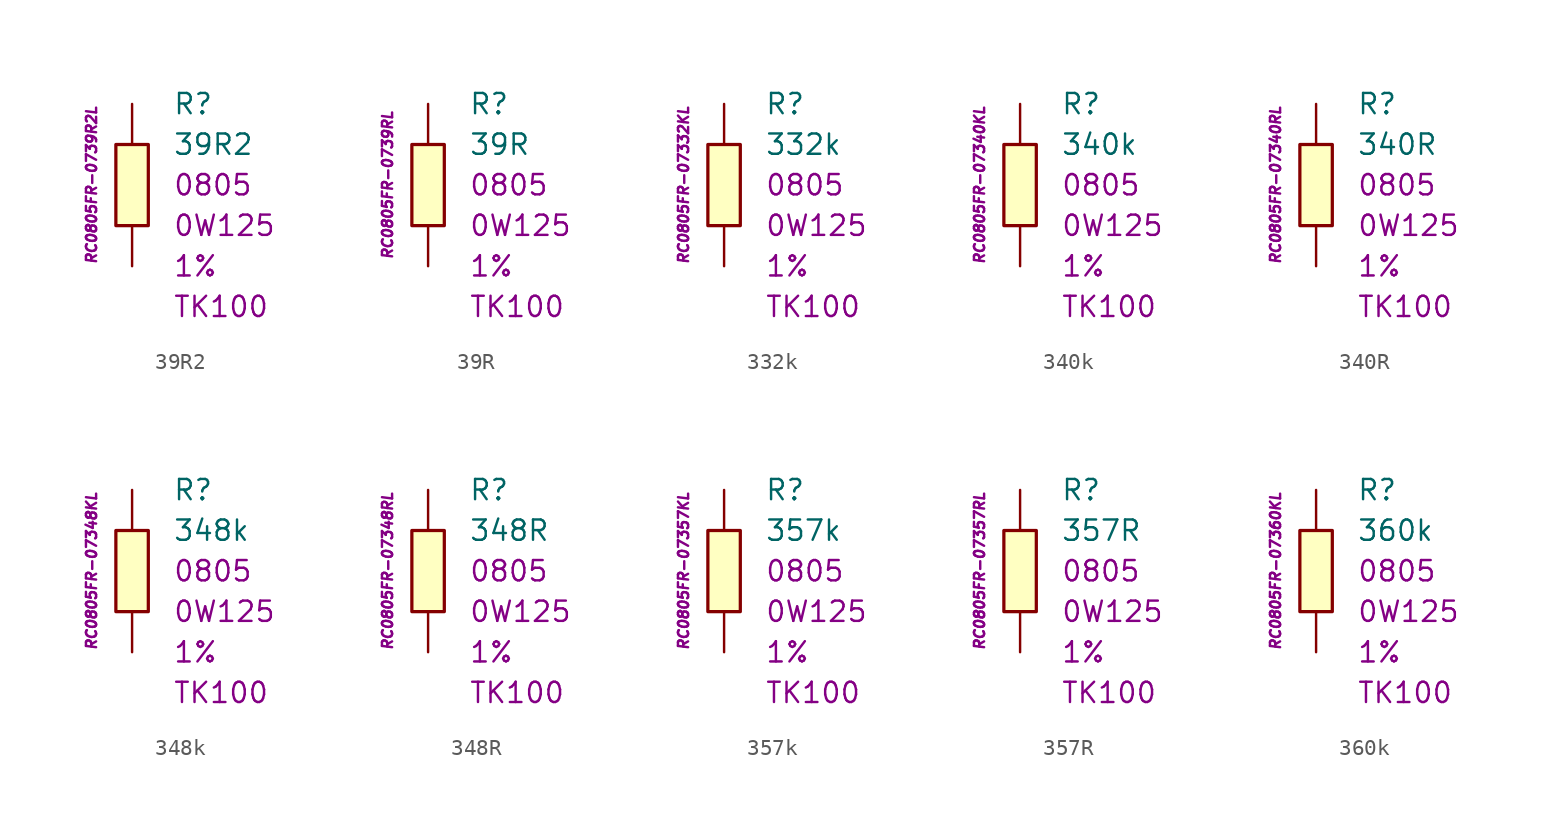
<source format=kicad_sym>
(kicad_symbol_lib
  (version 20201005)
  (generator kicad_symbol_editor)
  (symbol "39R2"
    (pin_numbers hide)
    (pin_names
      (offset 1.016) hide)
    (property "Reference" "R"
      (at 2.54 5.08 0)
      (effects (font (size 1.27 1.27)) (justify left)))
    (property "Value" "39R2"
      (at 2.54 2.54 0)
      (effects (font (size 1.27 1.27)) (justify left)))
    (property "Package" "0805"
      (at 2.54 0 0)
      (effects (font (size 1.27 1.27)) (justify left)))
    (property "Power" "0W125"
      (at 2.54 -2.54 0)
      (effects (font (size 1.27 1.27)) (justify left)))
    (property "Tolerance" "1%"
      (at 2.54 -5.08 0)
      (effects (font (size 1.27 1.27)) (justify left)))
    (property "TK" "TK100"
      (at 2.54 -7.62 0)
      (effects (font (size 1.27 1.27)) (justify left)))
    (property "ID" "RC0805FR-0739R2L"
      (at -2.54 0 90)
      (effects (font (size 0.635 0.635) italic)))
    (symbol "39R2_0_1"
      (rectangle (start -1.016 2.54) (end 1.016 -2.54) (stroke (width 0.203)) (fill (type background))))
    (symbol "39R2_1_1"
      (pin passive line (at 0 5.08 270) (length 2.54) (name "~" (effects (font (size 1.778 1.778)))) (number "1" (effects (font (size 1.778 1.778)))))
      (pin passive line (at 0 -5.08 90) (length 2.54) (name "~" (effects (font (size 1.778 1.778)))) (number "2" (effects (font (size 1.778 1.778)))))))
  (symbol "39R"
    (pin_numbers hide)
    (pin_names
      (offset 1.016) hide)
    (property "Reference" "R"
      (at 2.54 5.08 0)
      (effects (font (size 1.27 1.27)) (justify left)))
    (property "Value" "39R"
      (at 2.54 2.54 0)
      (effects (font (size 1.27 1.27)) (justify left)))
    (property "Package" "0805"
      (at 2.54 0 0)
      (effects (font (size 1.27 1.27)) (justify left)))
    (property "Power" "0W125"
      (at 2.54 -2.54 0)
      (effects (font (size 1.27 1.27)) (justify left)))
    (property "Tolerance" "1%"
      (at 2.54 -5.08 0)
      (effects (font (size 1.27 1.27)) (justify left)))
    (property "TK" "TK100"
      (at 2.54 -7.62 0)
      (effects (font (size 1.27 1.27)) (justify left)))
    (property "ID" "RC0805FR-0739RL"
      (at -2.54 0 90)
      (effects (font (size 0.635 0.635) italic)))
    (symbol "39R_0_1"
      (rectangle (start -1.016 2.54) (end 1.016 -2.54) (stroke (width 0.203)) (fill (type background))))
    (symbol "39R_1_1"
      (pin passive line (at 0 5.08 270) (length 2.54) (name "~" (effects (font (size 1.778 1.778)))) (number "1" (effects (font (size 1.778 1.778)))))
      (pin passive line (at 0 -5.08 90) (length 2.54) (name "~" (effects (font (size 1.778 1.778)))) (number "2" (effects (font (size 1.778 1.778)))))))
  (symbol "332k"
    (pin_numbers hide)
    (pin_names
      (offset 1.016) hide)
    (property "Reference" "R"
      (at 2.54 5.08 0)
      (effects (font (size 1.27 1.27)) (justify left)))
    (property "Value" "332k"
      (at 2.54 2.54 0)
      (effects (font (size 1.27 1.27)) (justify left)))
    (property "Package" "0805"
      (at 2.54 0 0)
      (effects (font (size 1.27 1.27)) (justify left)))
    (property "Power" "0W125"
      (at 2.54 -2.54 0)
      (effects (font (size 1.27 1.27)) (justify left)))
    (property "Tolerance" "1%"
      (at 2.54 -5.08 0)
      (effects (font (size 1.27 1.27)) (justify left)))
    (property "TK" "TK100"
      (at 2.54 -7.62 0)
      (effects (font (size 1.27 1.27)) (justify left)))
    (property "ID" "RC0805FR-07332KL"
      (at -2.54 0 90)
      (effects (font (size 0.635 0.635) italic)))
    (symbol "332k_0_1"
      (rectangle (start -1.016 2.54) (end 1.016 -2.54) (stroke (width 0.203)) (fill (type background))))
    (symbol "332k_1_1"
      (pin passive line (at 0 5.08 270) (length 2.54) (name "~" (effects (font (size 1.778 1.778)))) (number "1" (effects (font (size 1.778 1.778)))))
      (pin passive line (at 0 -5.08 90) (length 2.54) (name "~" (effects (font (size 1.778 1.778)))) (number "2" (effects (font (size 1.778 1.778)))))))
  (symbol "340k"
    (pin_numbers hide)
    (pin_names
      (offset 1.016) hide)
    (property "Reference" "R"
      (at 2.54 5.08 0)
      (effects (font (size 1.27 1.27)) (justify left)))
    (property "Value" "340k"
      (at 2.54 2.54 0)
      (effects (font (size 1.27 1.27)) (justify left)))
    (property "Package" "0805"
      (at 2.54 0 0)
      (effects (font (size 1.27 1.27)) (justify left)))
    (property "Power" "0W125"
      (at 2.54 -2.54 0)
      (effects (font (size 1.27 1.27)) (justify left)))
    (property "Tolerance" "1%"
      (at 2.54 -5.08 0)
      (effects (font (size 1.27 1.27)) (justify left)))
    (property "TK" "TK100"
      (at 2.54 -7.62 0)
      (effects (font (size 1.27 1.27)) (justify left)))
    (property "ID" "RC0805FR-07340KL"
      (at -2.54 0 90)
      (effects (font (size 0.635 0.635) italic)))
    (symbol "340k_0_1"
      (rectangle (start -1.016 2.54) (end 1.016 -2.54) (stroke (width 0.203)) (fill (type background))))
    (symbol "340k_1_1"
      (pin passive line (at 0 5.08 270) (length 2.54) (name "~" (effects (font (size 1.778 1.778)))) (number "1" (effects (font (size 1.778 1.778)))))
      (pin passive line (at 0 -5.08 90) (length 2.54) (name "~" (effects (font (size 1.778 1.778)))) (number "2" (effects (font (size 1.778 1.778)))))))
  (symbol "340R"
    (pin_numbers hide)
    (pin_names
      (offset 1.016) hide)
    (property "Reference" "R"
      (at 2.54 5.08 0)
      (effects (font (size 1.27 1.27)) (justify left)))
    (property "Value" "340R"
      (at 2.54 2.54 0)
      (effects (font (size 1.27 1.27)) (justify left)))
    (property "Package" "0805"
      (at 2.54 0 0)
      (effects (font (size 1.27 1.27)) (justify left)))
    (property "Power" "0W125"
      (at 2.54 -2.54 0)
      (effects (font (size 1.27 1.27)) (justify left)))
    (property "Tolerance" "1%"
      (at 2.54 -5.08 0)
      (effects (font (size 1.27 1.27)) (justify left)))
    (property "TK" "TK100"
      (at 2.54 -7.62 0)
      (effects (font (size 1.27 1.27)) (justify left)))
    (property "ID" "RC0805FR-07340RL"
      (at -2.54 0 90)
      (effects (font (size 0.635 0.635) italic)))
    (symbol "340R_0_1"
      (rectangle (start -1.016 2.54) (end 1.016 -2.54) (stroke (width 0.203)) (fill (type background))))
    (symbol "340R_1_1"
      (pin passive line (at 0 5.08 270) (length 2.54) (name "~" (effects (font (size 1.778 1.778)))) (number "1" (effects (font (size 1.778 1.778)))))
      (pin passive line (at 0 -5.08 90) (length 2.54) (name "~" (effects (font (size 1.778 1.778)))) (number "2" (effects (font (size 1.778 1.778)))))))
  (symbol "348k"
    (pin_numbers hide)
    (pin_names
      (offset 1.016) hide)
    (property "Reference" "R"
      (at 2.54 5.08 0)
      (effects (font (size 1.27 1.27)) (justify left)))
    (property "Value" "348k"
      (at 2.54 2.54 0)
      (effects (font (size 1.27 1.27)) (justify left)))
    (property "Package" "0805"
      (at 2.54 0 0)
      (effects (font (size 1.27 1.27)) (justify left)))
    (property "Power" "0W125"
      (at 2.54 -2.54 0)
      (effects (font (size 1.27 1.27)) (justify left)))
    (property "Tolerance" "1%"
      (at 2.54 -5.08 0)
      (effects (font (size 1.27 1.27)) (justify left)))
    (property "TK" "TK100"
      (at 2.54 -7.62 0)
      (effects (font (size 1.27 1.27)) (justify left)))
    (property "ID" "RC0805FR-07348KL"
      (at -2.54 0 90)
      (effects (font (size 0.635 0.635) italic)))
    (symbol "348k_0_1"
      (rectangle (start -1.016 2.54) (end 1.016 -2.54) (stroke (width 0.203)) (fill (type background))))
    (symbol "348k_1_1"
      (pin passive line (at 0 5.08 270) (length 2.54) (name "~" (effects (font (size 1.778 1.778)))) (number "1" (effects (font (size 1.778 1.778)))))
      (pin passive line (at 0 -5.08 90) (length 2.54) (name "~" (effects (font (size 1.778 1.778)))) (number "2" (effects (font (size 1.778 1.778)))))))
  (symbol "348R"
    (pin_numbers hide)
    (pin_names
      (offset 1.016) hide)
    (property "Reference" "R"
      (at 2.54 5.08 0)
      (effects (font (size 1.27 1.27)) (justify left)))
    (property "Value" "348R"
      (at 2.54 2.54 0)
      (effects (font (size 1.27 1.27)) (justify left)))
    (property "Package" "0805"
      (at 2.54 0 0)
      (effects (font (size 1.27 1.27)) (justify left)))
    (property "Power" "0W125"
      (at 2.54 -2.54 0)
      (effects (font (size 1.27 1.27)) (justify left)))
    (property "Tolerance" "1%"
      (at 2.54 -5.08 0)
      (effects (font (size 1.27 1.27)) (justify left)))
    (property "TK" "TK100"
      (at 2.54 -7.62 0)
      (effects (font (size 1.27 1.27)) (justify left)))
    (property "ID" "RC0805FR-07348RL"
      (at -2.54 0 90)
      (effects (font (size 0.635 0.635) italic)))
    (symbol "348R_0_1"
      (rectangle (start -1.016 2.54) (end 1.016 -2.54) (stroke (width 0.203)) (fill (type background))))
    (symbol "348R_1_1"
      (pin passive line (at 0 5.08 270) (length 2.54) (name "~" (effects (font (size 1.778 1.778)))) (number "1" (effects (font (size 1.778 1.778)))))
      (pin passive line (at 0 -5.08 90) (length 2.54) (name "~" (effects (font (size 1.778 1.778)))) (number "2" (effects (font (size 1.778 1.778)))))))
  (symbol "357k"
    (pin_numbers hide)
    (pin_names
      (offset 1.016) hide)
    (property "Reference" "R"
      (at 2.54 5.08 0)
      (effects (font (size 1.27 1.27)) (justify left)))
    (property "Value" "357k"
      (at 2.54 2.54 0)
      (effects (font (size 1.27 1.27)) (justify left)))
    (property "Package" "0805"
      (at 2.54 0 0)
      (effects (font (size 1.27 1.27)) (justify left)))
    (property "Power" "0W125"
      (at 2.54 -2.54 0)
      (effects (font (size 1.27 1.27)) (justify left)))
    (property "Tolerance" "1%"
      (at 2.54 -5.08 0)
      (effects (font (size 1.27 1.27)) (justify left)))
    (property "TK" "TK100"
      (at 2.54 -7.62 0)
      (effects (font (size 1.27 1.27)) (justify left)))
    (property "ID" "RC0805FR-07357KL"
      (at -2.54 0 90)
      (effects (font (size 0.635 0.635) italic)))
    (symbol "357k_0_1"
      (rectangle (start -1.016 2.54) (end 1.016 -2.54) (stroke (width 0.203)) (fill (type background))))
    (symbol "357k_1_1"
      (pin passive line (at 0 5.08 270) (length 2.54) (name "~" (effects (font (size 1.778 1.778)))) (number "1" (effects (font (size 1.778 1.778)))))
      (pin passive line (at 0 -5.08 90) (length 2.54) (name "~" (effects (font (size 1.778 1.778)))) (number "2" (effects (font (size 1.778 1.778)))))))
  (symbol "357R"
    (pin_numbers hide)
    (pin_names
      (offset 1.016) hide)
    (property "Reference" "R"
      (at 2.54 5.08 0)
      (effects (font (size 1.27 1.27)) (justify left)))
    (property "Value" "357R"
      (at 2.54 2.54 0)
      (effects (font (size 1.27 1.27)) (justify left)))
    (property "Package" "0805"
      (at 2.54 0 0)
      (effects (font (size 1.27 1.27)) (justify left)))
    (property "Power" "0W125"
      (at 2.54 -2.54 0)
      (effects (font (size 1.27 1.27)) (justify left)))
    (property "Tolerance" "1%"
      (at 2.54 -5.08 0)
      (effects (font (size 1.27 1.27)) (justify left)))
    (property "TK" "TK100"
      (at 2.54 -7.62 0)
      (effects (font (size 1.27 1.27)) (justify left)))
    (property "ID" "RC0805FR-07357RL"
      (at -2.54 0 90)
      (effects (font (size 0.635 0.635) italic)))
    (symbol "357R_0_1"
      (rectangle (start -1.016 2.54) (end 1.016 -2.54) (stroke (width 0.203)) (fill (type background))))
    (symbol "357R_1_1"
      (pin passive line (at 0 5.08 270) (length 2.54) (name "~" (effects (font (size 1.778 1.778)))) (number "1" (effects (font (size 1.778 1.778)))))
      (pin passive line (at 0 -5.08 90) (length 2.54) (name "~" (effects (font (size 1.778 1.778)))) (number "2" (effects (font (size 1.778 1.778)))))))
  (symbol "360k"
    (pin_numbers hide)
    (pin_names
      (offset 1.016) hide)
    (property "Reference" "R"
      (at 2.54 5.08 0)
      (effects (font (size 1.27 1.27)) (justify left)))
    (property "Value" "360k"
      (at 2.54 2.54 0)
      (effects (font (size 1.27 1.27)) (justify left)))
    (property "Package" "0805"
      (at 2.54 0 0)
      (effects (font (size 1.27 1.27)) (justify left)))
    (property "Power" "0W125"
      (at 2.54 -2.54 0)
      (effects (font (size 1.27 1.27)) (justify left)))
    (property "Tolerance" "1%"
      (at 2.54 -5.08 0)
      (effects (font (size 1.27 1.27)) (justify left)))
    (property "TK" "TK100"
      (at 2.54 -7.62 0)
      (effects (font (size 1.27 1.27)) (justify left)))
    (property "ID" "RC0805FR-07360KL"
      (at -2.54 0 90)
      (effects (font (size 0.635 0.635) italic)))
    (symbol "360k_0_1"
      (rectangle (start -1.016 2.54) (end 1.016 -2.54) (stroke (width 0.203)) (fill (type background))))
    (symbol "360k_1_1"
      (pin passive line (at 0 5.08 270) (length 2.54) (name "~" (effects (font (size 1.778 1.778)))) (number "1" (effects (font (size 1.778 1.778)))))
      (pin passive line (at 0 -5.08 90) (length 2.54) (name "~" (effects (font (size 1.778 1.778)))) (number "2" (effects (font (size 1.778 1.778))))))))
</source>
